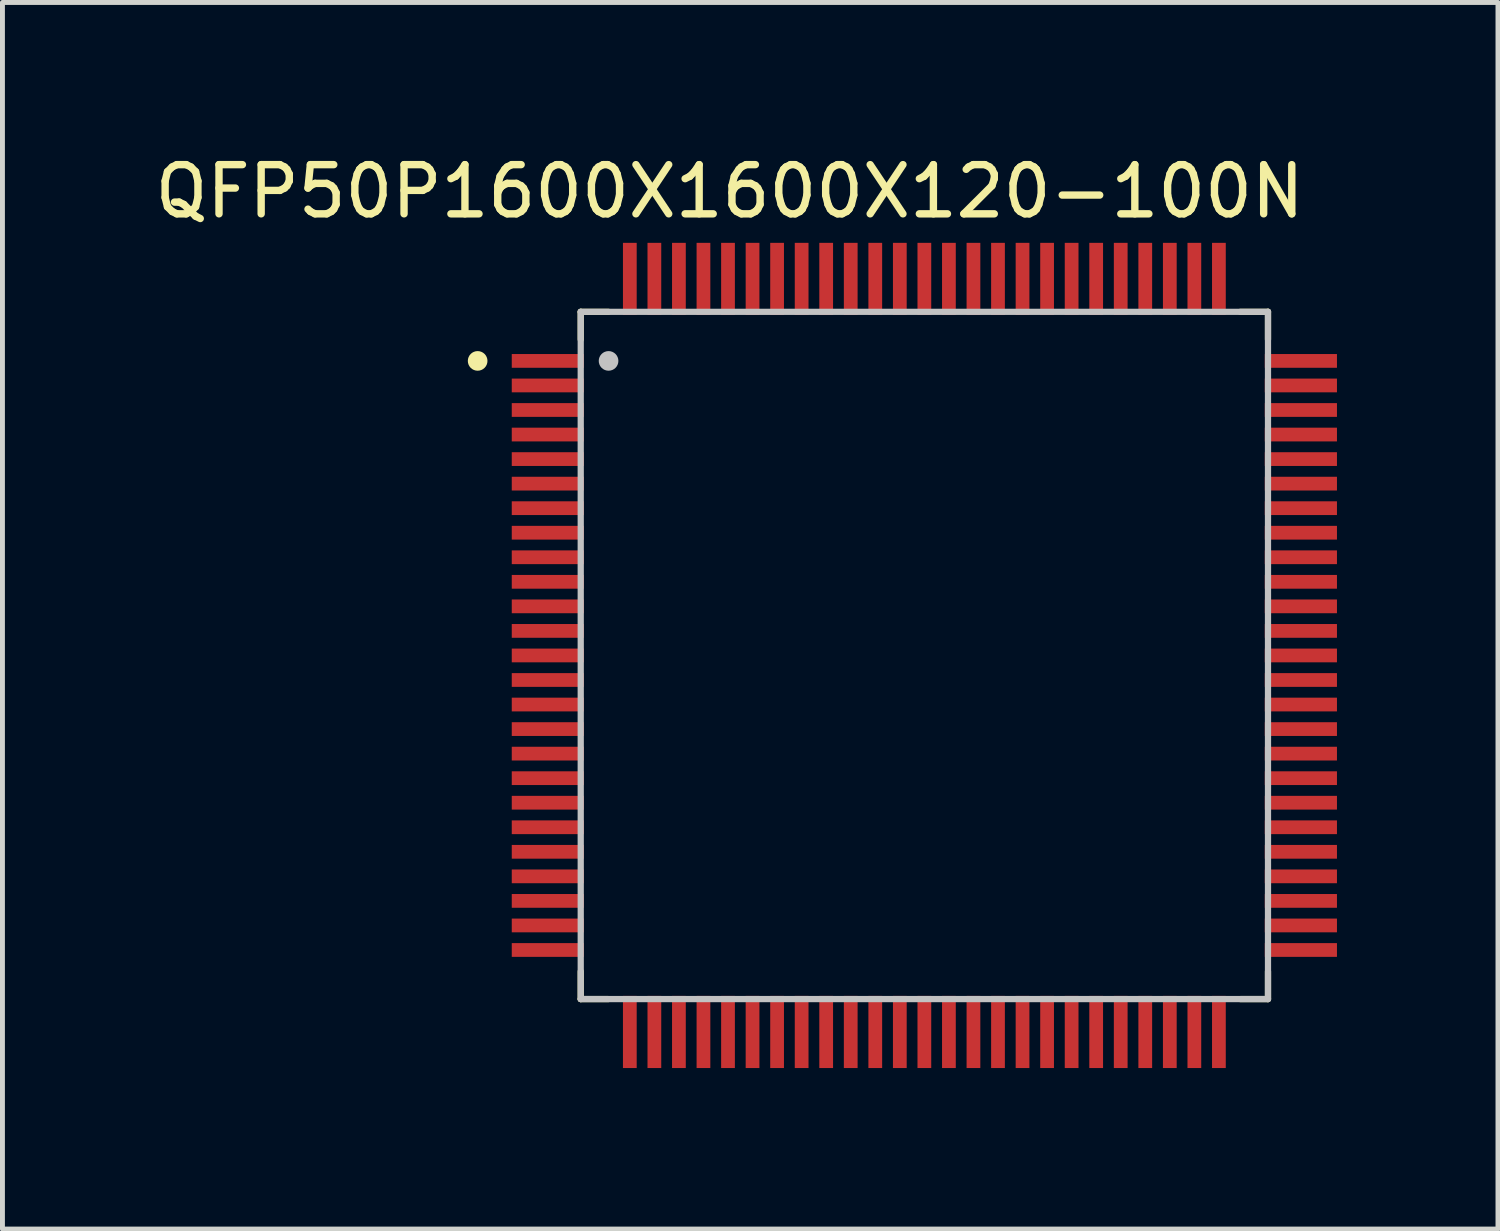
<source format=kicad_pcb>
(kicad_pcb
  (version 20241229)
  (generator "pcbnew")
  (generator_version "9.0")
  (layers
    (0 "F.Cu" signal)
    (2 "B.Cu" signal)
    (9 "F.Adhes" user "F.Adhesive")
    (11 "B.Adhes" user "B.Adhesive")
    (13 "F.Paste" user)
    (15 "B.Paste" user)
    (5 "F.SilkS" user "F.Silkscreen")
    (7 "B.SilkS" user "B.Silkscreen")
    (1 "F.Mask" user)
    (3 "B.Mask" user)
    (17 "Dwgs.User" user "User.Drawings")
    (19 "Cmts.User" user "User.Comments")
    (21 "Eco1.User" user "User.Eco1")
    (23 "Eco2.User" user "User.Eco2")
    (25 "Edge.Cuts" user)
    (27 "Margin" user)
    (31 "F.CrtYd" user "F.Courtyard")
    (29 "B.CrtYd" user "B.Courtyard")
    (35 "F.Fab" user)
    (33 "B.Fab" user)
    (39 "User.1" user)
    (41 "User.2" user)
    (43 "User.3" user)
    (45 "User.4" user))
  (footprint "QFP50P1600X1600X120-100N"
    (layer "F.Cu")
    (at 15.78 10.302)
    (property "Reference" "QFP50P1600X1600X120-100N" (at -3.967 -9.452 0) (layer "F.SilkS") (effects (font (size 1.002 1.002) (thickness 0.15))))
    (attr smd)
    (fp_line (start -7 -7) (end -6.437 -7) (stroke (width 0.127) (type solid)) (layer "F.SilkS"))
    (fp_line (start -7 -6.437) (end -7 -7) (stroke (width 0.127) (type solid)) (layer "F.SilkS"))
    (fp_line (start -7 6.437) (end -7 7) (stroke (width 0.127) (type solid)) (layer "F.SilkS"))
    (fp_line (start -7 7) (end -6.437 7) (stroke (width 0.127) (type solid)) (layer "F.SilkS"))
    (fp_line (start 6.437 -7) (end 7 -7) (stroke (width 0.127) (type solid)) (layer "F.SilkS"))
    (fp_line (start 6.437 7) (end 7 7) (stroke (width 0.127) (type solid)) (layer "F.SilkS"))
    (fp_line (start 7 -7) (end 7 -6.437) (stroke (width 0.127) (type solid)) (layer "F.SilkS"))
    (fp_line (start 7 7) (end 7 6.437) (stroke (width 0.127) (type solid)) (layer "F.SilkS"))
    (fp_circle (center -9.1 -6) (end -9 -6) (stroke (width 0.2) (type solid)) (fill no) (layer "F.SilkS"))
    (fp_line (start -7 -7) (end 7 -7) (stroke (width 0.127) (type solid)) (layer "Dwgs.User"))
    (fp_line (start -7 7) (end -7 -7) (stroke (width 0.127) (type solid)) (layer "Dwgs.User"))
    (fp_line (start 7 -7) (end 7 7) (stroke (width 0.127) (type solid)) (layer "Dwgs.User"))
    (fp_line (start 7 7) (end -7 7) (stroke (width 0.127) (type solid)) (layer "Dwgs.User"))
    (fp_circle (center -6.433 -6) (end -6.333 -6) (stroke (width 0.2) (type solid)) (fill no) (layer "Dwgs.User"))
    (fp_line (start -8.66 -6.39) (end -7.25 -6.39) (stroke (width 0.05) (type solid)) (layer "Eco1.User"))
    (fp_line (start -8.66 6.39) (end -8.66 -6.39) (stroke (width 0.05) (type solid)) (layer "Eco1.User"))
    (fp_line (start -7.25 -7.25) (end -6.39 -7.25) (stroke (width 0.05) (type solid)) (layer "Eco1.User"))
    (fp_line (start -7.25 -6.39) (end -7.25 -7.25) (stroke (width 0.05) (type solid)) (layer "Eco1.User"))
    (fp_line (start -7.25 6.39) (end -8.66 6.39) (stroke (width 0.05) (type solid)) (layer "Eco1.User"))
    (fp_line (start -7.25 7.25) (end -7.25 6.39) (stroke (width 0.05) (type solid)) (layer "Eco1.User"))
    (fp_line (start -6.39 -8.66) (end 6.39 -8.66) (stroke (width 0.05) (type solid)) (layer "Eco1.User"))
    (fp_line (start -6.39 -7.25) (end -6.39 -8.66) (stroke (width 0.05) (type solid)) (layer "Eco1.User"))
    (fp_line (start -6.39 7.25) (end -7.25 7.25) (stroke (width 0.05) (type solid)) (layer "Eco1.User"))
    (fp_line (start -6.39 8.66) (end -6.39 7.25) (stroke (width 0.05) (type solid)) (layer "Eco1.User"))
    (fp_line (start 6.39 -8.66) (end 6.39 -7.25) (stroke (width 0.05) (type solid)) (layer "Eco1.User"))
    (fp_line (start 6.39 -7.25) (end 7.25 -7.25) (stroke (width 0.05) (type solid)) (layer "Eco1.User"))
    (fp_line (start 6.39 7.25) (end 6.39 8.66) (stroke (width 0.05) (type solid)) (layer "Eco1.User"))
    (fp_line (start 6.39 8.66) (end -6.39 8.66) (stroke (width 0.05) (type solid)) (layer "Eco1.User"))
    (fp_line (start 7.25 -7.25) (end 7.25 -6.39) (stroke (width 0.05) (type solid)) (layer "Eco1.User"))
    (fp_line (start 7.25 -6.39) (end 8.66 -6.39) (stroke (width 0.05) (type solid)) (layer "Eco1.User"))
    (fp_line (start 7.25 6.39) (end 7.25 7.25) (stroke (width 0.05) (type solid)) (layer "Eco1.User"))
    (fp_line (start 7.25 7.25) (end 6.39 7.25) (stroke (width 0.05) (type solid)) (layer "Eco1.User"))
    (fp_line (start 8.66 -6.39) (end 8.66 6.39) (stroke (width 0.05) (type solid)) (layer "Eco1.User"))
    (fp_line (start 8.66 6.39) (end 7.25 6.39) (stroke (width 0.05) (type solid)) (layer "Eco1.User"))
    (pad "1" smd rect (at -7.67 -6) (size 1.47 0.28) (layers "F.Cu" "F.Mask" "F.Paste"))
    (pad "2" smd rect (at -7.67 -5.5) (size 1.47 0.28) (layers "F.Cu" "F.Mask" "F.Paste"))
    (pad "3" smd rect (at -7.67 -5) (size 1.47 0.28) (layers "F.Cu" "F.Mask" "F.Paste"))
    (pad "4" smd rect (at -7.67 -4.5) (size 1.47 0.28) (layers "F.Cu" "F.Mask" "F.Paste"))
    (pad "5" smd rect (at -7.67 -4) (size 1.47 0.28) (layers "F.Cu" "F.Mask" "F.Paste"))
    (pad "6" smd rect (at -7.67 -3.5) (size 1.47 0.28) (layers "F.Cu" "F.Mask" "F.Paste"))
    (pad "7" smd rect (at -7.67 -3) (size 1.47 0.28) (layers "F.Cu" "F.Mask" "F.Paste"))
    (pad "8" smd rect (at -7.67 -2.5) (size 1.47 0.28) (layers "F.Cu" "F.Mask" "F.Paste"))
    (pad "9" smd rect (at -7.67 -2) (size 1.47 0.28) (layers "F.Cu" "F.Mask" "F.Paste"))
    (pad "10" smd rect (at -7.67 -1.5) (size 1.47 0.28) (layers "F.Cu" "F.Mask" "F.Paste"))
    (pad "11" smd rect (at -7.67 -1) (size 1.47 0.28) (layers "F.Cu" "F.Mask" "F.Paste"))
    (pad "12" smd rect (at -7.67 -0.5) (size 1.47 0.28) (layers "F.Cu" "F.Mask" "F.Paste"))
    (pad "13" smd rect (at -7.67 0) (size 1.47 0.28) (layers "F.Cu" "F.Mask" "F.Paste"))
    (pad "14" smd rect (at -7.67 0.5) (size 1.47 0.28) (layers "F.Cu" "F.Mask" "F.Paste"))
    (pad "15" smd rect (at -7.67 1) (size 1.47 0.28) (layers "F.Cu" "F.Mask" "F.Paste"))
    (pad "16" smd rect (at -7.67 1.5) (size 1.47 0.28) (layers "F.Cu" "F.Mask" "F.Paste"))
    (pad "17" smd rect (at -7.67 2) (size 1.47 0.28) (layers "F.Cu" "F.Mask" "F.Paste"))
    (pad "18" smd rect (at -7.67 2.5) (size 1.47 0.28) (layers "F.Cu" "F.Mask" "F.Paste"))
    (pad "19" smd rect (at -7.67 3) (size 1.47 0.28) (layers "F.Cu" "F.Mask" "F.Paste"))
    (pad "20" smd rect (at -7.67 3.5) (size 1.47 0.28) (layers "F.Cu" "F.Mask" "F.Paste"))
    (pad "21" smd rect (at -7.67 4) (size 1.47 0.28) (layers "F.Cu" "F.Mask" "F.Paste"))
    (pad "22" smd rect (at -7.67 4.5) (size 1.47 0.28) (layers "F.Cu" "F.Mask" "F.Paste"))
    (pad "23" smd rect (at -7.67 5) (size 1.47 0.28) (layers "F.Cu" "F.Mask" "F.Paste"))
    (pad "24" smd rect (at -7.67 5.5) (size 1.47 0.28) (layers "F.Cu" "F.Mask" "F.Paste"))
    (pad "25" smd rect (at -7.67 6) (size 1.47 0.28) (layers "F.Cu" "F.Mask" "F.Paste"))
    (pad "26" smd rect (at -6 7.67 90) (size 1.47 0.28) (layers "F.Cu" "F.Mask" "F.Paste"))
    (pad "27" smd rect (at -5.5 7.67 90) (size 1.47 0.28) (layers "F.Cu" "F.Mask" "F.Paste"))
    (pad "28" smd rect (at -5 7.67 90) (size 1.47 0.28) (layers "F.Cu" "F.Mask" "F.Paste"))
    (pad "29" smd rect (at -4.5 7.67 90) (size 1.47 0.28) (layers "F.Cu" "F.Mask" "F.Paste"))
    (pad "30" smd rect (at -4 7.67 90) (size 1.47 0.28) (layers "F.Cu" "F.Mask" "F.Paste"))
    (pad "31" smd rect (at -3.5 7.67 90) (size 1.47 0.28) (layers "F.Cu" "F.Mask" "F.Paste"))
    (pad "32" smd rect (at -3 7.67 90) (size 1.47 0.28) (layers "F.Cu" "F.Mask" "F.Paste"))
    (pad "33" smd rect (at -2.5 7.67 90) (size 1.47 0.28) (layers "F.Cu" "F.Mask" "F.Paste"))
    (pad "34" smd rect (at -2 7.67 90) (size 1.47 0.28) (layers "F.Cu" "F.Mask" "F.Paste"))
    (pad "35" smd rect (at -1.5 7.67 90) (size 1.47 0.28) (layers "F.Cu" "F.Mask" "F.Paste"))
    (pad "36" smd rect (at -1 7.67 90) (size 1.47 0.28) (layers "F.Cu" "F.Mask" "F.Paste"))
    (pad "37" smd rect (at -0.5 7.67 90) (size 1.47 0.28) (layers "F.Cu" "F.Mask" "F.Paste"))
    (pad "38" smd rect (at 0 7.67 90) (size 1.47 0.28) (layers "F.Cu" "F.Mask" "F.Paste"))
    (pad "39" smd rect (at 0.5 7.67 90) (size 1.47 0.28) (layers "F.Cu" "F.Mask" "F.Paste"))
    (pad "40" smd rect (at 1 7.67 90) (size 1.47 0.28) (layers "F.Cu" "F.Mask" "F.Paste"))
    (pad "41" smd rect (at 1.5 7.67 90) (size 1.47 0.28) (layers "F.Cu" "F.Mask" "F.Paste"))
    (pad "42" smd rect (at 2 7.67 90) (size 1.47 0.28) (layers "F.Cu" "F.Mask" "F.Paste"))
    (pad "43" smd rect (at 2.5 7.67 90) (size 1.47 0.28) (layers "F.Cu" "F.Mask" "F.Paste"))
    (pad "44" smd rect (at 3 7.67 90) (size 1.47 0.28) (layers "F.Cu" "F.Mask" "F.Paste"))
    (pad "45" smd rect (at 3.5 7.67 90) (size 1.47 0.28) (layers "F.Cu" "F.Mask" "F.Paste"))
    (pad "46" smd rect (at 4 7.67 90) (size 1.47 0.28) (layers "F.Cu" "F.Mask" "F.Paste"))
    (pad "47" smd rect (at 4.5 7.67 90) (size 1.47 0.28) (layers "F.Cu" "F.Mask" "F.Paste"))
    (pad "48" smd rect (at 5 7.67 90) (size 1.47 0.28) (layers "F.Cu" "F.Mask" "F.Paste"))
    (pad "49" smd rect (at 5.5 7.67 90) (size 1.47 0.28) (layers "F.Cu" "F.Mask" "F.Paste"))
    (pad "50" smd rect (at 6 7.67 90) (size 1.47 0.28) (layers "F.Cu" "F.Mask" "F.Paste"))
    (pad "51" smd rect (at 7.67 6 180) (size 1.47 0.28) (layers "F.Cu" "F.Mask" "F.Paste"))
    (pad "52" smd rect (at 7.67 5.5 180) (size 1.47 0.28) (layers "F.Cu" "F.Mask" "F.Paste"))
    (pad "53" smd rect (at 7.67 5 180) (size 1.47 0.28) (layers "F.Cu" "F.Mask" "F.Paste"))
    (pad "54" smd rect (at 7.67 4.5 180) (size 1.47 0.28) (layers "F.Cu" "F.Mask" "F.Paste"))
    (pad "55" smd rect (at 7.67 4 180) (size 1.47 0.28) (layers "F.Cu" "F.Mask" "F.Paste"))
    (pad "56" smd rect (at 7.67 3.5 180) (size 1.47 0.28) (layers "F.Cu" "F.Mask" "F.Paste"))
    (pad "57" smd rect (at 7.67 3 180) (size 1.47 0.28) (layers "F.Cu" "F.Mask" "F.Paste"))
    (pad "58" smd rect (at 7.67 2.5 180) (size 1.47 0.28) (layers "F.Cu" "F.Mask" "F.Paste"))
    (pad "59" smd rect (at 7.67 2 180) (size 1.47 0.28) (layers "F.Cu" "F.Mask" "F.Paste"))
    (pad "60" smd rect (at 7.67 1.5 180) (size 1.47 0.28) (layers "F.Cu" "F.Mask" "F.Paste"))
    (pad "61" smd rect (at 7.67 1 180) (size 1.47 0.28) (layers "F.Cu" "F.Mask" "F.Paste"))
    (pad "62" smd rect (at 7.67 0.5 180) (size 1.47 0.28) (layers "F.Cu" "F.Mask" "F.Paste"))
    (pad "63" smd rect (at 7.67 0 180) (size 1.47 0.28) (layers "F.Cu" "F.Mask" "F.Paste"))
    (pad "64" smd rect (at 7.67 -0.5 180) (size 1.47 0.28) (layers "F.Cu" "F.Mask" "F.Paste"))
    (pad "65" smd rect (at 7.67 -1 180) (size 1.47 0.28) (layers "F.Cu" "F.Mask" "F.Paste"))
    (pad "66" smd rect (at 7.67 -1.5 180) (size 1.47 0.28) (layers "F.Cu" "F.Mask" "F.Paste"))
    (pad "67" smd rect (at 7.67 -2 180) (size 1.47 0.28) (layers "F.Cu" "F.Mask" "F.Paste"))
    (pad "68" smd rect (at 7.67 -2.5 180) (size 1.47 0.28) (layers "F.Cu" "F.Mask" "F.Paste"))
    (pad "69" smd rect (at 7.67 -3 180) (size 1.47 0.28) (layers "F.Cu" "F.Mask" "F.Paste"))
    (pad "70" smd rect (at 7.67 -3.5 180) (size 1.47 0.28) (layers "F.Cu" "F.Mask" "F.Paste"))
    (pad "71" smd rect (at 7.67 -4 180) (size 1.47 0.28) (layers "F.Cu" "F.Mask" "F.Paste"))
    (pad "72" smd rect (at 7.67 -4.5 180) (size 1.47 0.28) (layers "F.Cu" "F.Mask" "F.Paste"))
    (pad "73" smd rect (at 7.67 -5 180) (size 1.47 0.28) (layers "F.Cu" "F.Mask" "F.Paste"))
    (pad "74" smd rect (at 7.67 -5.5 180) (size 1.47 0.28) (layers "F.Cu" "F.Mask" "F.Paste"))
    (pad "75" smd rect (at 7.67 -6 180) (size 1.47 0.28) (layers "F.Cu" "F.Mask" "F.Paste"))
    (pad "76" smd rect (at 6 -7.67 270) (size 1.47 0.28) (layers "F.Cu" "F.Mask" "F.Paste"))
    (pad "77" smd rect (at 5.5 -7.67 270) (size 1.47 0.28) (layers "F.Cu" "F.Mask" "F.Paste"))
    (pad "78" smd rect (at 5 -7.67 270) (size 1.47 0.28) (layers "F.Cu" "F.Mask" "F.Paste"))
    (pad "79" smd rect (at 4.5 -7.67 270) (size 1.47 0.28) (layers "F.Cu" "F.Mask" "F.Paste"))
    (pad "80" smd rect (at 4 -7.67 270) (size 1.47 0.28) (layers "F.Cu" "F.Mask" "F.Paste"))
    (pad "81" smd rect (at 3.5 -7.67 270) (size 1.47 0.28) (layers "F.Cu" "F.Mask" "F.Paste"))
    (pad "82" smd rect (at 3 -7.67 270) (size 1.47 0.28) (layers "F.Cu" "F.Mask" "F.Paste"))
    (pad "83" smd rect (at 2.5 -7.67 270) (size 1.47 0.28) (layers "F.Cu" "F.Mask" "F.Paste"))
    (pad "84" smd rect (at 2 -7.67 270) (size 1.47 0.28) (layers "F.Cu" "F.Mask" "F.Paste"))
    (pad "85" smd rect (at 1.5 -7.67 270) (size 1.47 0.28) (layers "F.Cu" "F.Mask" "F.Paste"))
    (pad "86" smd rect (at 1 -7.67 270) (size 1.47 0.28) (layers "F.Cu" "F.Mask" "F.Paste"))
    (pad "87" smd rect (at 0.5 -7.67 270) (size 1.47 0.28) (layers "F.Cu" "F.Mask" "F.Paste"))
    (pad "88" smd rect (at 0 -7.67 270) (size 1.47 0.28) (layers "F.Cu" "F.Mask" "F.Paste"))
    (pad "89" smd rect (at -0.5 -7.67 270) (size 1.47 0.28) (layers "F.Cu" "F.Mask" "F.Paste"))
    (pad "90" smd rect (at -1 -7.67 270) (size 1.47 0.28) (layers "F.Cu" "F.Mask" "F.Paste"))
    (pad "91" smd rect (at -1.5 -7.67 270) (size 1.47 0.28) (layers "F.Cu" "F.Mask" "F.Paste"))
    (pad "92" smd rect (at -2 -7.67 270) (size 1.47 0.28) (layers "F.Cu" "F.Mask" "F.Paste"))
    (pad "93" smd rect (at -2.5 -7.67 270) (size 1.47 0.28) (layers "F.Cu" "F.Mask" "F.Paste"))
    (pad "94" smd rect (at -3 -7.67 270) (size 1.47 0.28) (layers "F.Cu" "F.Mask" "F.Paste"))
    (pad "95" smd rect (at -3.5 -7.67 270) (size 1.47 0.28) (layers "F.Cu" "F.Mask" "F.Paste"))
    (pad "96" smd rect (at -4 -7.67 270) (size 1.47 0.28) (layers "F.Cu" "F.Mask" "F.Paste"))
    (pad "97" smd rect (at -4.5 -7.67 270) (size 1.47 0.28) (layers "F.Cu" "F.Mask" "F.Paste"))
    (pad "98" smd rect (at -5 -7.67 270) (size 1.47 0.28) (layers "F.Cu" "F.Mask" "F.Paste"))
    (pad "99" smd rect (at -5.5 -7.67 270) (size 1.47 0.28) (layers "F.Cu" "F.Mask" "F.Paste"))
    (pad "100" smd rect (at -6 -7.67 270) (size 1.47 0.28) (layers "F.Cu" "F.Mask" "F.Paste")))
  (gr_rect
    (start -3 -3)
    (end 27.465 21.987)
    (stroke (width 0.1) (type default))
    (fill no)
    (layer "Edge.Cuts")))
</source>
